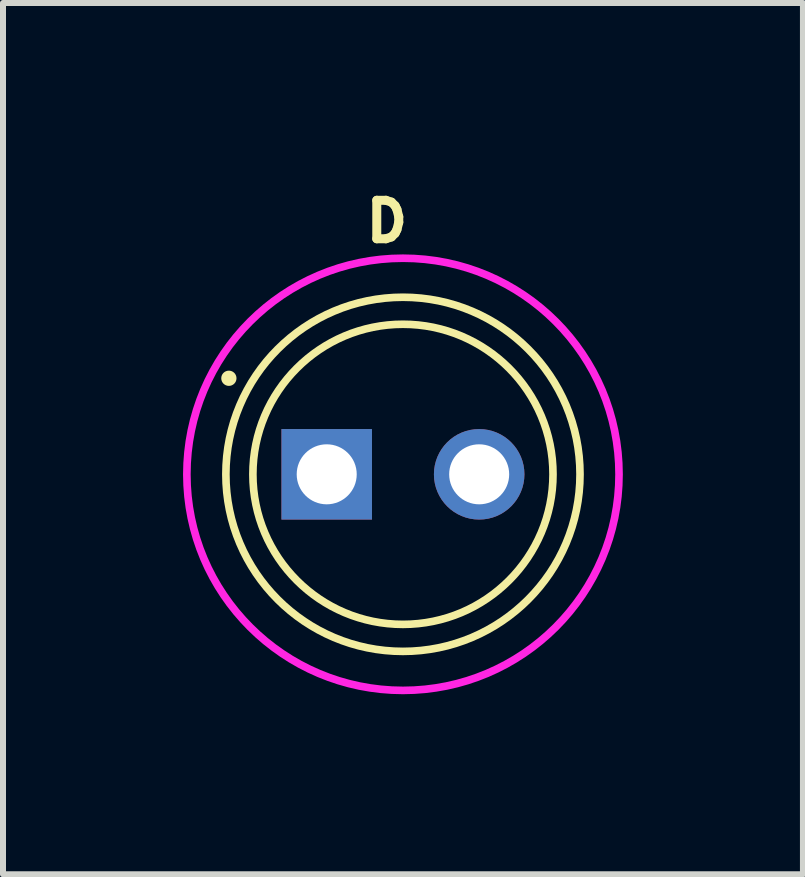
<source format=kicad_pcb>
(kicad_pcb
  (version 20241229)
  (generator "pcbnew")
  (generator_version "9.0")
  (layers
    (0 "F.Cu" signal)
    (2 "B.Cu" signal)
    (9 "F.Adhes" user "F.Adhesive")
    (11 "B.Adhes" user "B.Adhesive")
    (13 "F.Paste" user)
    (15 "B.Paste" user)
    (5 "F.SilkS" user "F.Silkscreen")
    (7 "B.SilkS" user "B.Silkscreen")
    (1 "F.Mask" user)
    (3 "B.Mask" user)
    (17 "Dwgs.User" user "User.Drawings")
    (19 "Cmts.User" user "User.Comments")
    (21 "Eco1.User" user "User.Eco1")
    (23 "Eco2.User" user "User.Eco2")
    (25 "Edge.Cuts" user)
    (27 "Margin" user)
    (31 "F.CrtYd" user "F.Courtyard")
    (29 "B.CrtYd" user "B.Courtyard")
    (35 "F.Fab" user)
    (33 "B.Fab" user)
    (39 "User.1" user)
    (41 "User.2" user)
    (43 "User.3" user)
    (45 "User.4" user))
  (footprint "D"
    (layer "F.Cu")
    (at 3.663 4.852)
    (property "Reference" "D" (at -0.268 -4.213 0) (layer "F.SilkS") (effects (font (size 0.641 0.641) (thickness 0.15))))
    (attr through_hole)
    (fp_circle (center -2.9 -1.6) (end -2.773 -1.6) (stroke (width 0) (type solid)) (fill yes) (layer "F.SilkS"))
    (fp_circle (center 0 0) (end 2.5 0) (stroke (width 0.127) (type solid)) (fill no) (layer "F.SilkS"))
    (fp_circle (center 0 0) (end 2.95 0) (stroke (width 0.127) (type solid)) (fill no) (layer "F.SilkS"))
    (fp_circle (center 0 0) (end 3.6 0) (stroke (width 0.127) (type solid)) (fill no) (layer "F.CrtYd"))
    (pad "A" thru_hole circle (at 1.27 0) (size 1.508 1.508) (drill 1) (layers "*.Cu" "*.Mask"))
    (pad "C" thru_hole rect (at -1.27 0) (size 1.508 1.508) (drill 1) (layers "*.Cu" "*.Mask")))
  (gr_rect
    (start -3 -3)
    (end 10.327 11.515)
    (stroke (width 0.1) (type default))
    (fill no)
    (layer "Edge.Cuts")))
</source>
